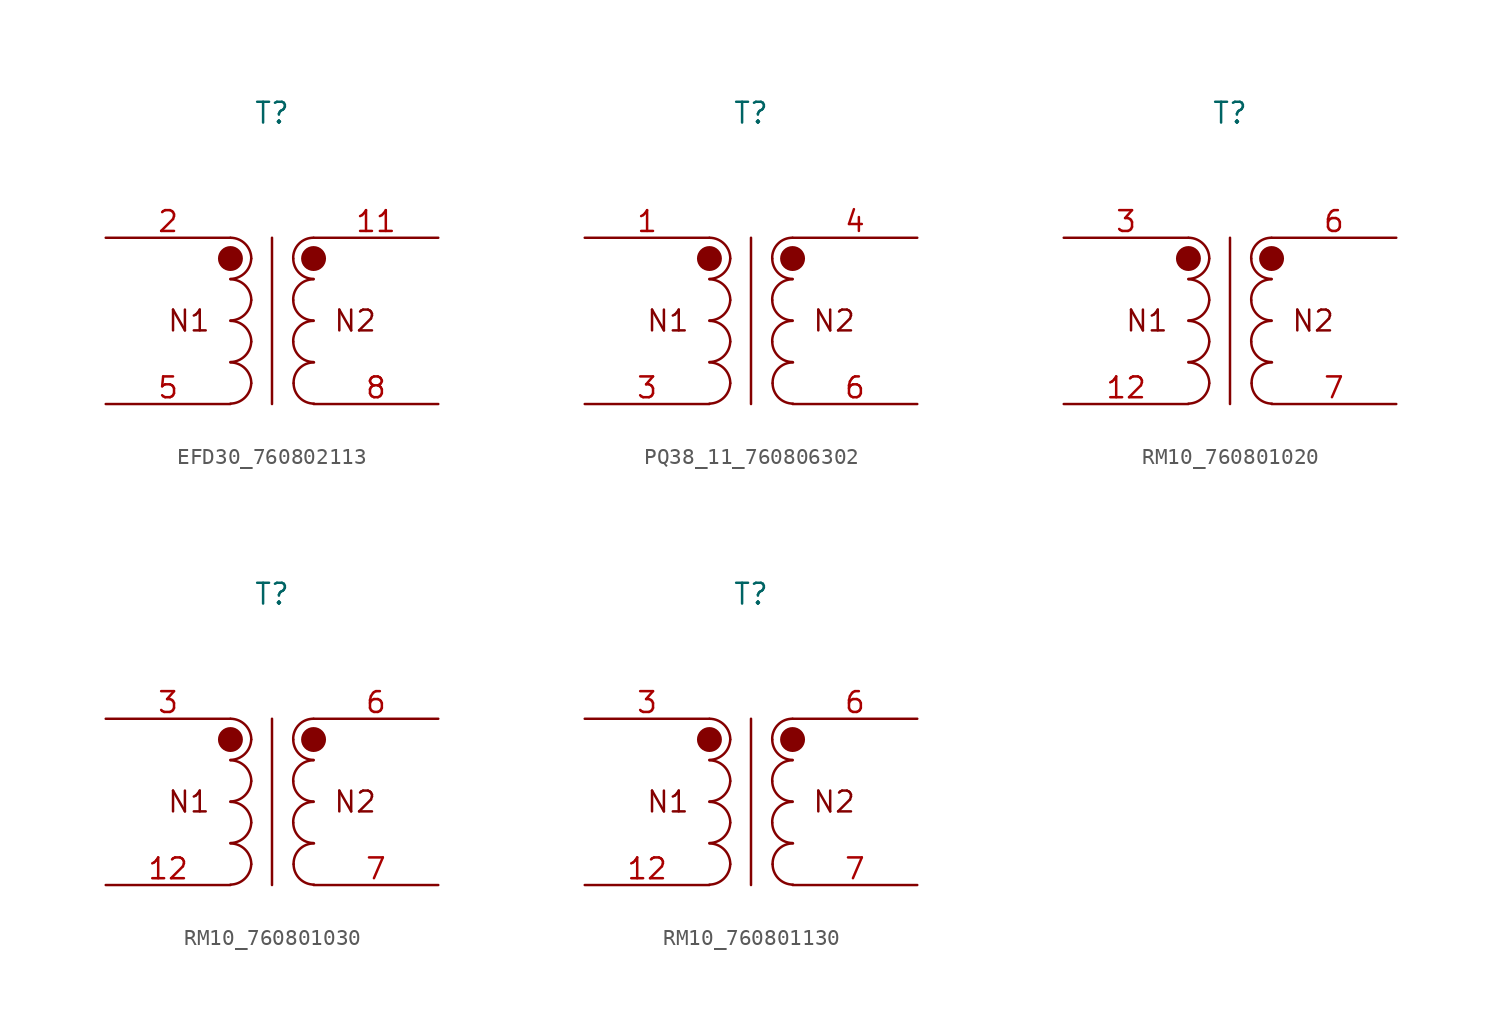
<source format=kicad_sym>
(kicad_symbol_lib
  (version 20220914)
  (generator kicad_symbol_editor)
  (symbol "EFD30_760802113"
    (pin_names hide)
    (property "Reference" "T"
      (at 0 12.7 0)
      (effects (font (size 1.27 1.27))))
    (property "Critical Parameter" ""
      (at 0 -5.08 0)
      (effects (font (size 1.27 1.27)) (justify left)))
    (symbol "EFD30_760802113_0_1"
      (arc (start -2.54 -5.0546) (mid -1.6599 -4.6901) (end -1.27 -3.81) (stroke (width 0) (type default)) (fill (type none)))
      (arc (start -2.54 -2.5146) (mid -1.6599 -2.1501) (end -1.27 -1.27) (stroke (width 0) (type default)) (fill (type none)))
      (arc (start -2.54 0.0254) (mid -1.6599 0.3899) (end -1.27 1.27) (stroke (width 0) (type default)) (fill (type none)))
      (arc (start -2.54 2.5654) (mid -1.6599 2.9299) (end -1.27 3.81) (stroke (width 0) (type default)) (fill (type none)))
      (arc (start -1.27 -3.81) (mid -1.642 -2.912) (end -2.54 -2.54) (stroke (width 0) (type default)) (fill (type none)))
      (arc (start -1.27 -1.27) (mid -1.642 -0.372) (end -2.54 0) (stroke (width 0) (type default)) (fill (type none)))
      (arc (start -1.27 1.27) (mid -1.642 2.168) (end -2.54 2.54) (stroke (width 0) (type default)) (fill (type none)))
      (arc (start -1.27 3.81) (mid -1.642 4.708) (end -2.54 5.08) (stroke (width 0) (type default)) (fill (type none)))
      (polyline (pts (xy 0 5.08) (xy 0 -5.08)) (stroke (width 0) (type default)) (fill (type none)))
      (arc (start 1.2954 -1.27) (mid 1.6599 -2.1501) (end 2.54 -2.5146) (stroke (width 0) (type default)) (fill (type none)))
      (arc (start 1.2954 1.27) (mid 1.6599 0.3899) (end 2.54 0.0254) (stroke (width 0) (type default)) (fill (type none)))
      (arc (start 1.2954 3.81) (mid 1.6599 2.9299) (end 2.54 2.5654) (stroke (width 0) (type default)) (fill (type none)))
      (arc (start 1.3208 -3.81) (mid 1.6853 -4.6901) (end 2.5654 -5.0546) (stroke (width 0) (type default)) (fill (type none)))
      (arc (start 2.54 0) (mid 1.642 -0.372) (end 1.2954 -1.27) (stroke (width 0) (type default)) (fill (type none)))
      (arc (start 2.54 2.54) (mid 1.642 2.168) (end 1.2954 1.27) (stroke (width 0) (type default)) (fill (type none)))
      (arc (start 2.54 5.08) (mid 1.642 4.708) (end 1.2954 3.81) (stroke (width 0) (type default)) (fill (type none)))
      (arc (start 2.5654 -2.54) (mid 1.6674 -2.912) (end 1.3208 -3.81) (stroke (width 0) (type default)) (fill (type none))))
    (symbol "EFD30_760802113_1_1"
      (circle (center -2.54 3.81) (radius 0.0001) (stroke (width 0.762) (type default)) (fill (type none)))
      (circle (center 2.54 3.81) (radius 0.0001) (stroke (width 0.762) (type default)) (fill (type none)))
      (text "N1" (at -5.08 0 0) (effects (font (size 1.27 1.27))))
      (text "N2" (at 5.08 0 0) (effects (font (size 1.27 1.27))))
      (pin passive line (at 10.16 5.08 180) (length 7.62) (name "11" (effects (font (size 1.27 1.27)))) (number "11" (effects (font (size 1.27 1.27)))))
      (pin passive line (at -10.16 5.08 0) (length 7.62) (name "2" (effects (font (size 1.27 1.27)))) (number "2" (effects (font (size 1.27 1.27)))))
      (pin passive line (at -10.16 -5.08 0) (length 7.62) (name "5" (effects (font (size 1.27 1.27)))) (number "5" (effects (font (size 1.27 1.27)))))
      (pin passive line (at 10.16 -5.08 180) (length 7.62) (name "8" (effects (font (size 1.27 1.27)))) (number "8" (effects (font (size 1.27 1.27)))))))
  (symbol "PQ38_11_760806302"
    (pin_names hide)
    (property "Reference" "T"
      (at 0 12.7 0)
      (effects (font (size 1.27 1.27))))
    (property "Critical Parameter" ""
      (at 0 -5.08 0)
      (effects (font (size 1.27 1.27)) (justify left)))
    (symbol "PQ38_11_760806302_0_1"
      (arc (start -2.54 -5.0546) (mid -1.6599 -4.6901) (end -1.27 -3.81) (stroke (width 0) (type default)) (fill (type none)))
      (arc (start -2.54 -2.5146) (mid -1.6599 -2.1501) (end -1.27 -1.27) (stroke (width 0) (type default)) (fill (type none)))
      (arc (start -2.54 0.0254) (mid -1.6599 0.3899) (end -1.27 1.27) (stroke (width 0) (type default)) (fill (type none)))
      (arc (start -2.54 2.5654) (mid -1.6599 2.9299) (end -1.27 3.81) (stroke (width 0) (type default)) (fill (type none)))
      (arc (start -1.27 -3.81) (mid -1.642 -2.912) (end -2.54 -2.54) (stroke (width 0) (type default)) (fill (type none)))
      (arc (start -1.27 -1.27) (mid -1.642 -0.372) (end -2.54 0) (stroke (width 0) (type default)) (fill (type none)))
      (arc (start -1.27 1.27) (mid -1.642 2.168) (end -2.54 2.54) (stroke (width 0) (type default)) (fill (type none)))
      (arc (start -1.27 3.81) (mid -1.642 4.708) (end -2.54 5.08) (stroke (width 0) (type default)) (fill (type none)))
      (polyline (pts (xy 0 5.08) (xy 0 -5.08)) (stroke (width 0) (type default)) (fill (type none)))
      (arc (start 1.2954 -1.27) (mid 1.6599 -2.1501) (end 2.54 -2.5146) (stroke (width 0) (type default)) (fill (type none)))
      (arc (start 1.2954 1.27) (mid 1.6599 0.3899) (end 2.54 0.0254) (stroke (width 0) (type default)) (fill (type none)))
      (arc (start 1.2954 3.81) (mid 1.6599 2.9299) (end 2.54 2.5654) (stroke (width 0) (type default)) (fill (type none)))
      (arc (start 1.3208 -3.81) (mid 1.6853 -4.6901) (end 2.5654 -5.0546) (stroke (width 0) (type default)) (fill (type none)))
      (arc (start 2.54 0) (mid 1.642 -0.372) (end 1.2954 -1.27) (stroke (width 0) (type default)) (fill (type none)))
      (arc (start 2.54 2.54) (mid 1.642 2.168) (end 1.2954 1.27) (stroke (width 0) (type default)) (fill (type none)))
      (arc (start 2.54 5.08) (mid 1.642 4.708) (end 1.2954 3.81) (stroke (width 0) (type default)) (fill (type none)))
      (arc (start 2.5654 -2.54) (mid 1.6674 -2.912) (end 1.3208 -3.81) (stroke (width 0) (type default)) (fill (type none))))
    (symbol "PQ38_11_760806302_1_1"
      (circle (center -2.54 3.81) (radius 0.0001) (stroke (width 0.762) (type default)) (fill (type none)))
      (circle (center 2.54 3.81) (radius 0.0001) (stroke (width 0.762) (type default)) (fill (type none)))
      (text "N1" (at -5.08 0 0) (effects (font (size 1.27 1.27))))
      (text "N2" (at 5.08 0 0) (effects (font (size 1.27 1.27))))
      (pin passive line (at -10.16 5.08 0) (length 7.62) (name "1" (effects (font (size 1.27 1.27)))) (number "1" (effects (font (size 1.27 1.27)))))
      (pin passive line (at -10.16 -5.08 0) (length 7.62) (name "3" (effects (font (size 1.27 1.27)))) (number "3" (effects (font (size 1.27 1.27)))))
      (pin passive line (at 10.16 5.08 180) (length 7.62) (name "4" (effects (font (size 1.27 1.27)))) (number "4" (effects (font (size 1.27 1.27)))))
      (pin passive line (at 10.16 -5.08 180) (length 7.62) (name "6" (effects (font (size 1.27 1.27)))) (number "6" (effects (font (size 1.27 1.27)))))))
  (symbol "RM10_760801020"
    (pin_names hide)
    (property "Reference" "T"
      (at 0 12.7 0)
      (effects (font (size 1.27 1.27))))
    (property "Critical Parameter" ""
      (at 0 -5.08 0)
      (effects (font (size 1.27 1.27)) (justify left)))
    (symbol "RM10_760801020_0_1"
      (arc (start -2.54 -5.0546) (mid -1.6599 -4.6901) (end -1.27 -3.81) (stroke (width 0) (type default)) (fill (type none)))
      (arc (start -2.54 -2.5146) (mid -1.6599 -2.1501) (end -1.27 -1.27) (stroke (width 0) (type default)) (fill (type none)))
      (arc (start -2.54 0.0254) (mid -1.6599 0.3899) (end -1.27 1.27) (stroke (width 0) (type default)) (fill (type none)))
      (arc (start -2.54 2.5654) (mid -1.6599 2.9299) (end -1.27 3.81) (stroke (width 0) (type default)) (fill (type none)))
      (arc (start -1.27 -3.81) (mid -1.642 -2.912) (end -2.54 -2.54) (stroke (width 0) (type default)) (fill (type none)))
      (arc (start -1.27 -1.27) (mid -1.642 -0.372) (end -2.54 0) (stroke (width 0) (type default)) (fill (type none)))
      (arc (start -1.27 1.27) (mid -1.642 2.168) (end -2.54 2.54) (stroke (width 0) (type default)) (fill (type none)))
      (arc (start -1.27 3.81) (mid -1.642 4.708) (end -2.54 5.08) (stroke (width 0) (type default)) (fill (type none)))
      (polyline (pts (xy 0 5.08) (xy 0 -5.08)) (stroke (width 0) (type default)) (fill (type none)))
      (arc (start 1.2954 -1.27) (mid 1.6599 -2.1501) (end 2.54 -2.5146) (stroke (width 0) (type default)) (fill (type none)))
      (arc (start 1.2954 1.27) (mid 1.6599 0.3899) (end 2.54 0.0254) (stroke (width 0) (type default)) (fill (type none)))
      (arc (start 1.2954 3.81) (mid 1.6599 2.9299) (end 2.54 2.5654) (stroke (width 0) (type default)) (fill (type none)))
      (arc (start 1.3208 -3.81) (mid 1.6853 -4.6901) (end 2.5654 -5.0546) (stroke (width 0) (type default)) (fill (type none)))
      (arc (start 2.54 0) (mid 1.642 -0.372) (end 1.2954 -1.27) (stroke (width 0) (type default)) (fill (type none)))
      (arc (start 2.54 2.54) (mid 1.642 2.168) (end 1.2954 1.27) (stroke (width 0) (type default)) (fill (type none)))
      (arc (start 2.54 5.08) (mid 1.642 4.708) (end 1.2954 3.81) (stroke (width 0) (type default)) (fill (type none)))
      (arc (start 2.5654 -2.54) (mid 1.6674 -2.912) (end 1.3208 -3.81) (stroke (width 0) (type default)) (fill (type none))))
    (symbol "RM10_760801020_1_1"
      (circle (center -2.54 3.81) (radius 0.0001) (stroke (width 0.762) (type default)) (fill (type none)))
      (circle (center 2.54 3.81) (radius 0.0001) (stroke (width 0.762) (type default)) (fill (type none)))
      (text "N1" (at -5.08 0 0) (effects (font (size 1.27 1.27))))
      (text "N2" (at 5.08 0 0) (effects (font (size 1.27 1.27))))
      (pin passive line (at -10.16 -5.08 0) (length 7.62) (name "12" (effects (font (size 1.27 1.27)))) (number "12" (effects (font (size 1.27 1.27)))))
      (pin passive line (at -10.16 5.08 0) (length 7.62) (name "3" (effects (font (size 1.27 1.27)))) (number "3" (effects (font (size 1.27 1.27)))))
      (pin passive line (at 10.16 5.08 180) (length 7.62) (name "6" (effects (font (size 1.27 1.27)))) (number "6" (effects (font (size 1.27 1.27)))))
      (pin passive line (at 10.16 -5.08 180) (length 7.62) (name "7" (effects (font (size 1.27 1.27)))) (number "7" (effects (font (size 1.27 1.27)))))))
  (symbol "RM10_760801030"
    (pin_names hide)
    (property "Reference" "T"
      (at 0 12.7 0)
      (effects (font (size 1.27 1.27))))
    (property "Critical Parameter" ""
      (at 0 -5.08 0)
      (effects (font (size 1.27 1.27)) (justify left)))
    (symbol "RM10_760801030_0_1"
      (arc (start -2.54 -5.0546) (mid -1.6599 -4.6901) (end -1.27 -3.81) (stroke (width 0) (type default)) (fill (type none)))
      (arc (start -2.54 -2.5146) (mid -1.6599 -2.1501) (end -1.27 -1.27) (stroke (width 0) (type default)) (fill (type none)))
      (arc (start -2.54 0.0254) (mid -1.6599 0.3899) (end -1.27 1.27) (stroke (width 0) (type default)) (fill (type none)))
      (arc (start -2.54 2.5654) (mid -1.6599 2.9299) (end -1.27 3.81) (stroke (width 0) (type default)) (fill (type none)))
      (arc (start -1.27 -3.81) (mid -1.642 -2.912) (end -2.54 -2.54) (stroke (width 0) (type default)) (fill (type none)))
      (arc (start -1.27 -1.27) (mid -1.642 -0.372) (end -2.54 0) (stroke (width 0) (type default)) (fill (type none)))
      (arc (start -1.27 1.27) (mid -1.642 2.168) (end -2.54 2.54) (stroke (width 0) (type default)) (fill (type none)))
      (arc (start -1.27 3.81) (mid -1.642 4.708) (end -2.54 5.08) (stroke (width 0) (type default)) (fill (type none)))
      (polyline (pts (xy 0 5.08) (xy 0 -5.08)) (stroke (width 0) (type default)) (fill (type none)))
      (arc (start 1.2954 -1.27) (mid 1.6599 -2.1501) (end 2.54 -2.5146) (stroke (width 0) (type default)) (fill (type none)))
      (arc (start 1.2954 1.27) (mid 1.6599 0.3899) (end 2.54 0.0254) (stroke (width 0) (type default)) (fill (type none)))
      (arc (start 1.2954 3.81) (mid 1.6599 2.9299) (end 2.54 2.5654) (stroke (width 0) (type default)) (fill (type none)))
      (arc (start 1.3208 -3.81) (mid 1.6853 -4.6901) (end 2.5654 -5.0546) (stroke (width 0) (type default)) (fill (type none)))
      (arc (start 2.54 0) (mid 1.642 -0.372) (end 1.2954 -1.27) (stroke (width 0) (type default)) (fill (type none)))
      (arc (start 2.54 2.54) (mid 1.642 2.168) (end 1.2954 1.27) (stroke (width 0) (type default)) (fill (type none)))
      (arc (start 2.54 5.08) (mid 1.642 4.708) (end 1.2954 3.81) (stroke (width 0) (type default)) (fill (type none)))
      (arc (start 2.5654 -2.54) (mid 1.6674 -2.912) (end 1.3208 -3.81) (stroke (width 0) (type default)) (fill (type none))))
    (symbol "RM10_760801030_1_1"
      (circle (center -2.54 3.81) (radius 0.0001) (stroke (width 0.762) (type default)) (fill (type none)))
      (circle (center 2.54 3.81) (radius 0.0001) (stroke (width 0.762) (type default)) (fill (type none)))
      (text "N1" (at -5.08 0 0) (effects (font (size 1.27 1.27))))
      (text "N2" (at 5.08 0 0) (effects (font (size 1.27 1.27))))
      (pin passive line (at -10.16 -5.08 0) (length 7.62) (name "12" (effects (font (size 1.27 1.27)))) (number "12" (effects (font (size 1.27 1.27)))))
      (pin passive line (at -10.16 5.08 0) (length 7.62) (name "3" (effects (font (size 1.27 1.27)))) (number "3" (effects (font (size 1.27 1.27)))))
      (pin passive line (at 10.16 5.08 180) (length 7.62) (name "6" (effects (font (size 1.27 1.27)))) (number "6" (effects (font (size 1.27 1.27)))))
      (pin passive line (at 10.16 -5.08 180) (length 7.62) (name "7" (effects (font (size 1.27 1.27)))) (number "7" (effects (font (size 1.27 1.27)))))))
  (symbol "RM10_760801130"
    (pin_names hide)
    (property "Reference" "T"
      (at 0 12.7 0)
      (effects (font (size 1.27 1.27))))
    (property "Critical Parameter" ""
      (at 0 -5.08 0)
      (effects (font (size 1.27 1.27)) (justify left)))
    (symbol "RM10_760801130_0_1"
      (arc (start -2.54 -5.0546) (mid -1.6599 -4.6901) (end -1.27 -3.81) (stroke (width 0) (type default)) (fill (type none)))
      (arc (start -2.54 -2.5146) (mid -1.6599 -2.1501) (end -1.27 -1.27) (stroke (width 0) (type default)) (fill (type none)))
      (arc (start -2.54 0.0254) (mid -1.6599 0.3899) (end -1.27 1.27) (stroke (width 0) (type default)) (fill (type none)))
      (arc (start -2.54 2.5654) (mid -1.6599 2.9299) (end -1.27 3.81) (stroke (width 0) (type default)) (fill (type none)))
      (arc (start -1.27 -3.81) (mid -1.642 -2.912) (end -2.54 -2.54) (stroke (width 0) (type default)) (fill (type none)))
      (arc (start -1.27 -1.27) (mid -1.642 -0.372) (end -2.54 0) (stroke (width 0) (type default)) (fill (type none)))
      (arc (start -1.27 1.27) (mid -1.642 2.168) (end -2.54 2.54) (stroke (width 0) (type default)) (fill (type none)))
      (arc (start -1.27 3.81) (mid -1.642 4.708) (end -2.54 5.08) (stroke (width 0) (type default)) (fill (type none)))
      (polyline (pts (xy 0 5.08) (xy 0 -5.08)) (stroke (width 0) (type default)) (fill (type none)))
      (arc (start 1.2954 -1.27) (mid 1.6599 -2.1501) (end 2.54 -2.5146) (stroke (width 0) (type default)) (fill (type none)))
      (arc (start 1.2954 1.27) (mid 1.6599 0.3899) (end 2.54 0.0254) (stroke (width 0) (type default)) (fill (type none)))
      (arc (start 1.2954 3.81) (mid 1.6599 2.9299) (end 2.54 2.5654) (stroke (width 0) (type default)) (fill (type none)))
      (arc (start 1.3208 -3.81) (mid 1.6853 -4.6901) (end 2.5654 -5.0546) (stroke (width 0) (type default)) (fill (type none)))
      (arc (start 2.54 0) (mid 1.642 -0.372) (end 1.2954 -1.27) (stroke (width 0) (type default)) (fill (type none)))
      (arc (start 2.54 2.54) (mid 1.642 2.168) (end 1.2954 1.27) (stroke (width 0) (type default)) (fill (type none)))
      (arc (start 2.54 5.08) (mid 1.642 4.708) (end 1.2954 3.81) (stroke (width 0) (type default)) (fill (type none)))
      (arc (start 2.5654 -2.54) (mid 1.6674 -2.912) (end 1.3208 -3.81) (stroke (width 0) (type default)) (fill (type none))))
    (symbol "RM10_760801130_1_1"
      (circle (center -2.54 3.81) (radius 0.0001) (stroke (width 0.762) (type default)) (fill (type none)))
      (circle (center 2.54 3.81) (radius 0.0001) (stroke (width 0.762) (type default)) (fill (type none)))
      (text "N1" (at -5.08 0 0) (effects (font (size 1.27 1.27))))
      (text "N2" (at 5.08 0 0) (effects (font (size 1.27 1.27))))
      (pin passive line (at -10.16 -5.08 0) (length 7.62) (name "12" (effects (font (size 1.27 1.27)))) (number "12" (effects (font (size 1.27 1.27)))))
      (pin passive line (at -10.16 5.08 0) (length 7.62) (name "3" (effects (font (size 1.27 1.27)))) (number "3" (effects (font (size 1.27 1.27)))))
      (pin passive line (at 10.16 5.08 180) (length 7.62) (name "6" (effects (font (size 1.27 1.27)))) (number "6" (effects (font (size 1.27 1.27)))))
      (pin passive line (at 10.16 -5.08 180) (length 7.62) (name "7" (effects (font (size 1.27 1.27)))) (number "7" (effects (font (size 1.27 1.27))))))))
</source>
